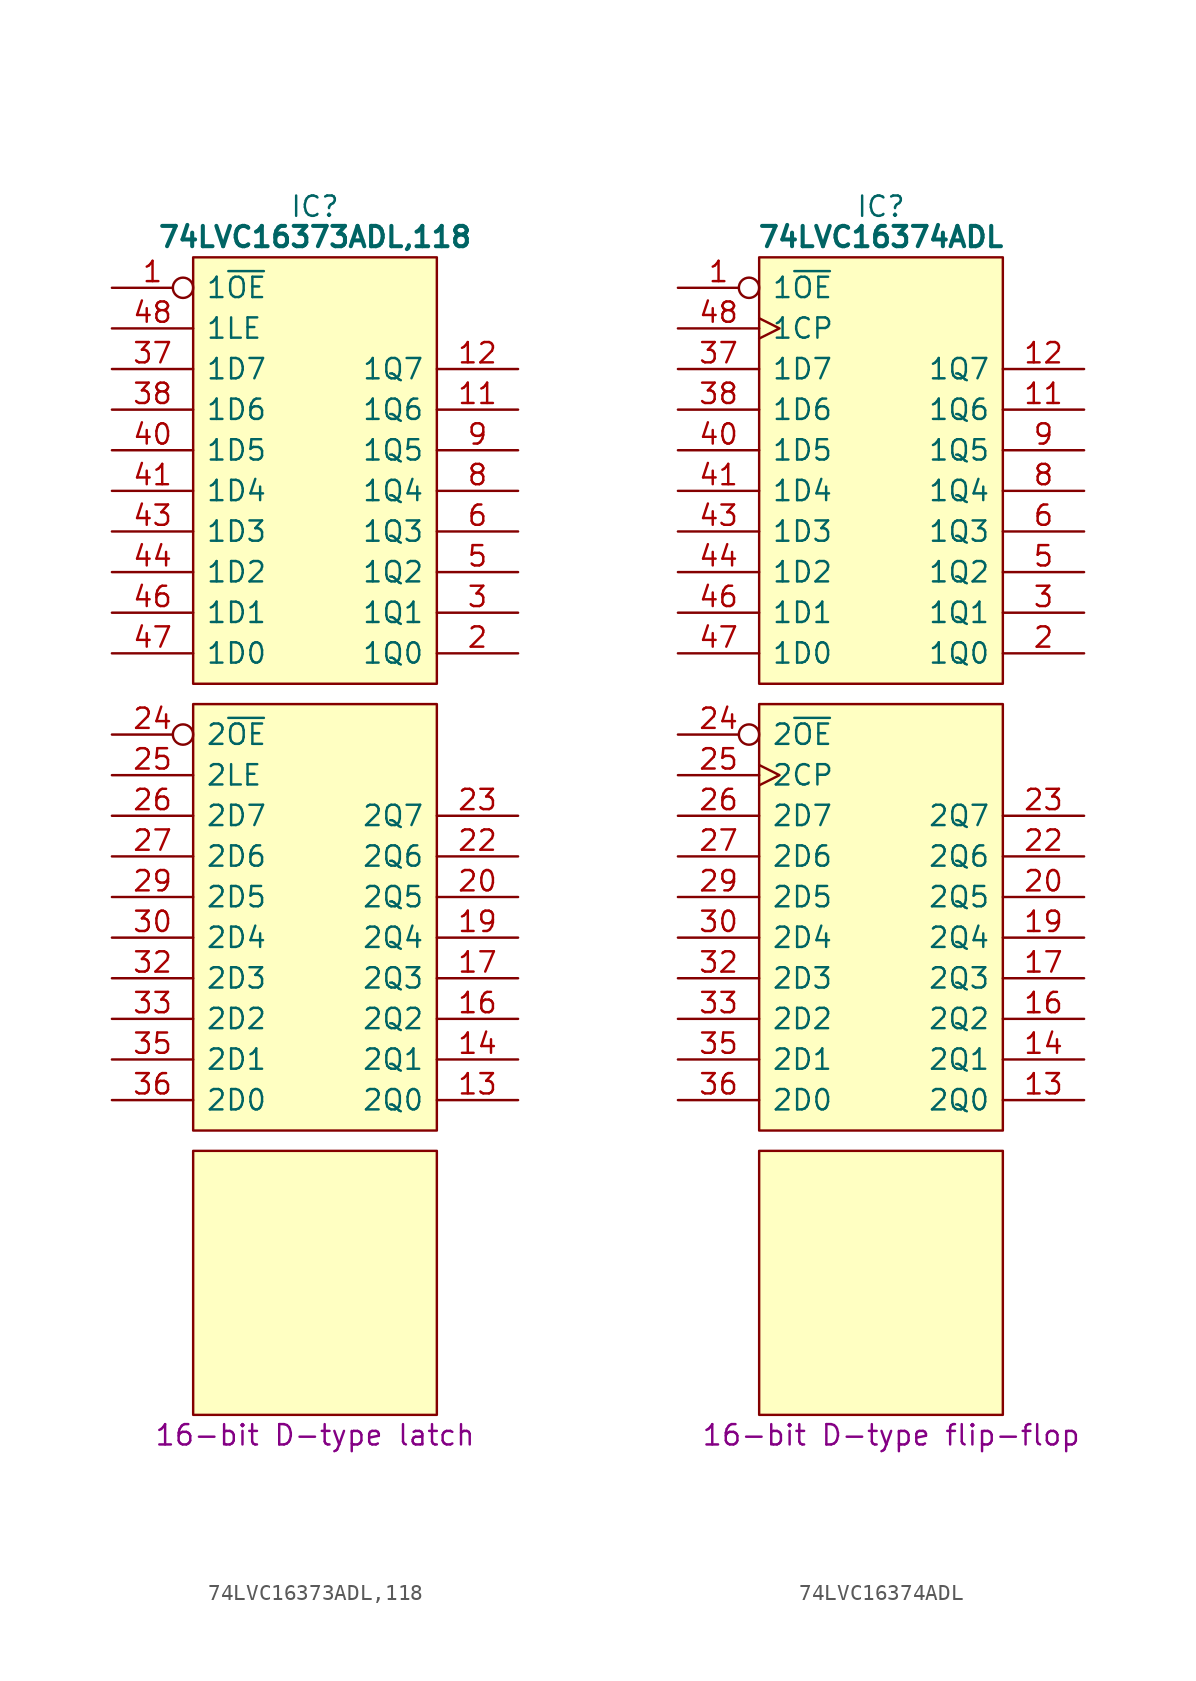
<source format=kicad_sym>
(kicad_symbol_lib
  (version 20231120)
  (generator "kicad_symbol_editor")
  (generator_version "8.0")
  (symbol "74LVC16373ADL,118"
    (pin_names
      (offset 0.762))
    (property "Reference" "IC"
      (at 12.7 5.08 0)
      (effects (font (size 1.27 1.27))))
    (property "Value" "74LVC16373ADL,118"
      (at 12.7 3.175 0)
      (effects (font (size 1.27 1.27) (bold yes))))
    (property "Description" "16-bit D-type latch"
      (at 12.7 -71.755 0)
      (effects (font (size 1.27 1.27))))
    (symbol "74LVC16373ADL,118_0_0"
      (pin input inverted (at 0 0 0) (length 5.08) (name "1~{OE}" (effects (font (size 1.27 1.27)))) (number "1" (effects (font (size 1.27 1.27)))))
      (pin tri_state line (at 25.4 -7.62 180) (length 5.08) (name "1Q6" (effects (font (size 1.27 1.27)))) (number "11" (effects (font (size 1.27 1.27)))))
      (pin tri_state line (at 25.4 -5.08 180) (length 5.08) (name "1Q7" (effects (font (size 1.27 1.27)))) (number "12" (effects (font (size 1.27 1.27)))))
      (pin tri_state line (at 25.4 -50.8 180) (length 5.08) (name "2Q0" (effects (font (size 1.27 1.27)))) (number "13" (effects (font (size 1.27 1.27)))))
      (pin tri_state line (at 25.4 -48.26 180) (length 5.08) (name "2Q1" (effects (font (size 1.27 1.27)))) (number "14" (effects (font (size 1.27 1.27)))))
      (pin tri_state line (at 25.4 -45.72 180) (length 5.08) (name "2Q2" (effects (font (size 1.27 1.27)))) (number "16" (effects (font (size 1.27 1.27)))))
      (pin tri_state line (at 25.4 -43.18 180) (length 5.08) (name "2Q3" (effects (font (size 1.27 1.27)))) (number "17" (effects (font (size 1.27 1.27)))))
      (pin tri_state line (at 25.4 -40.64 180) (length 5.08) (name "2Q4" (effects (font (size 1.27 1.27)))) (number "19" (effects (font (size 1.27 1.27)))))
      (pin tri_state line (at 25.4 -22.86 180) (length 5.08) (name "1Q0" (effects (font (size 1.27 1.27)))) (number "2" (effects (font (size 1.27 1.27)))))
      (pin tri_state line (at 25.4 -38.1 180) (length 5.08) (name "2Q5" (effects (font (size 1.27 1.27)))) (number "20" (effects (font (size 1.27 1.27)))))
      (pin tri_state line (at 25.4 -35.56 180) (length 5.08) (name "2Q6" (effects (font (size 1.27 1.27)))) (number "22" (effects (font (size 1.27 1.27)))))
      (pin tri_state line (at 25.4 -33.02 180) (length 5.08) (name "2Q7" (effects (font (size 1.27 1.27)))) (number "23" (effects (font (size 1.27 1.27)))))
      (pin input inverted (at 0 -27.94 0) (length 5.08) (name "2~{OE}" (effects (font (size 1.27 1.27)))) (number "24" (effects (font (size 1.27 1.27)))))
      (pin input line (at 0 -30.48 0) (length 5.08) (name "2LE" (effects (font (size 1.27 1.27)))) (number "25" (effects (font (size 1.27 1.27)))))
      (pin input line (at 0 -33.02 0) (length 5.08) (name "2D7" (effects (font (size 1.27 1.27)))) (number "26" (effects (font (size 1.27 1.27)))))
      (pin input line (at 0 -35.56 0) (length 5.08) (name "2D6" (effects (font (size 1.27 1.27)))) (number "27" (effects (font (size 1.27 1.27)))))
      (pin input line (at 0 -38.1 0) (length 5.08) (name "2D5" (effects (font (size 1.27 1.27)))) (number "29" (effects (font (size 1.27 1.27)))))
      (pin tri_state line (at 25.4 -20.32 180) (length 5.08) (name "1Q1" (effects (font (size 1.27 1.27)))) (number "3" (effects (font (size 1.27 1.27)))))
      (pin input line (at 0 -40.64 0) (length 5.08) (name "2D4" (effects (font (size 1.27 1.27)))) (number "30" (effects (font (size 1.27 1.27)))))
      (pin input line (at 0 -43.18 0) (length 5.08) (name "2D3" (effects (font (size 1.27 1.27)))) (number "32" (effects (font (size 1.27 1.27)))))
      (pin input line (at 0 -45.72 0) (length 5.08) (name "2D2" (effects (font (size 1.27 1.27)))) (number "33" (effects (font (size 1.27 1.27)))))
      (pin input line (at 0 -48.26 0) (length 5.08) (name "2D1" (effects (font (size 1.27 1.27)))) (number "35" (effects (font (size 1.27 1.27)))))
      (pin input line (at 0 -50.8 0) (length 5.08) (name "2D0" (effects (font (size 1.27 1.27)))) (number "36" (effects (font (size 1.27 1.27)))))
      (pin input line (at 0 -5.08 0) (length 5.08) (name "1D7" (effects (font (size 1.27 1.27)))) (number "37" (effects (font (size 1.27 1.27)))))
      (pin input line (at 0 -10.16 0) (length 5.08) (name "1D5" (effects (font (size 1.27 1.27)))) (number "40" (effects (font (size 1.27 1.27)))))
      (pin input line (at 0 -12.7 0) (length 5.08) (name "1D4" (effects (font (size 1.27 1.27)))) (number "41" (effects (font (size 1.27 1.27)))))
      (pin input line (at 0 -15.24 0) (length 5.08) (name "1D3" (effects (font (size 1.27 1.27)))) (number "43" (effects (font (size 1.27 1.27)))))
      (pin input line (at 0 -17.78 0) (length 5.08) (name "1D2" (effects (font (size 1.27 1.27)))) (number "44" (effects (font (size 1.27 1.27)))))
      (pin input line (at 0 -20.32 0) (length 5.08) (name "1D1" (effects (font (size 1.27 1.27)))) (number "46" (effects (font (size 1.27 1.27)))))
      (pin input line (at 0 -22.86 0) (length 5.08) (name "1D0" (effects (font (size 1.27 1.27)))) (number "47" (effects (font (size 1.27 1.27)))))
      (pin input line (at 0 -2.54 0) (length 5.08) (name "1LE" (effects (font (size 1.27 1.27)))) (number "48" (effects (font (size 1.27 1.27)))))
      (pin tri_state line (at 25.4 -17.78 180) (length 5.08) (name "1Q2" (effects (font (size 1.27 1.27)))) (number "5" (effects (font (size 1.27 1.27)))))
      (pin tri_state line (at 25.4 -15.24 180) (length 5.08) (name "1Q3" (effects (font (size 1.27 1.27)))) (number "6" (effects (font (size 1.27 1.27)))))
      (pin tri_state line (at 25.4 -12.7 180) (length 5.08) (name "1Q4" (effects (font (size 1.27 1.27)))) (number "8" (effects (font (size 1.27 1.27)))))
      (pin tri_state line (at 25.4 -10.16 180) (length 5.08) (name "1Q5" (effects (font (size 1.27 1.27)))) (number "9" (effects (font (size 1.27 1.27))))))
    (symbol "74LVC16373ADL,118_0_1"
      (polyline (pts (xy 5.08 -53.975) (xy 20.32 -53.975) (xy 20.32 -70.485) (xy 5.08 -70.485) (xy 5.08 -53.975)) (stroke (width 0.152) (type default)) (fill (type background)))
      (polyline (pts (xy 5.08 -26.035) (xy 20.32 -26.035) (xy 20.32 -52.705) (xy 5.08 -52.705) (xy 5.08 -26.035)) (stroke (width 0.152) (type default)) (fill (type background)))
      (polyline (pts (xy 5.08 1.905) (xy 20.32 1.905) (xy 20.32 -24.765) (xy 5.08 -24.765) (xy 5.08 1.905)) (stroke (width 0.152) (type default)) (fill (type background))))
    (symbol "74LVC16373ADL,118_1_0"
      (pin passive line (at 0 -63.5 0) (length 5.08) hide (name "GND" (effects (font (size 1.27 1.27)))) (number "10" (effects (font (size 1.27 1.27)))))
      (pin passive line (at 0 -66.04 0) (length 5.08) hide (name "GND" (effects (font (size 1.27 1.27)))) (number "15" (effects (font (size 1.27 1.27)))))
      (pin passive line (at 0 -58.42 0) (length 5.08) hide (name "3V" (effects (font (size 1.27 1.27)))) (number "18" (effects (font (size 1.27 1.27)))))
      (pin passive line (at 0 -68.58 0) (length 5.08) hide (name "GND" (effects (font (size 1.27 1.27)))) (number "21" (effects (font (size 1.27 1.27)))))
      (pin passive line (at 25.4 -68.58 180) (length 5.08) hide (name "GND" (effects (font (size 1.27 1.27)))) (number "28" (effects (font (size 1.27 1.27)))))
      (pin passive line (at 25.4 -58.42 180) (length 5.08) hide (name "3V" (effects (font (size 1.27 1.27)))) (number "31" (effects (font (size 1.27 1.27)))))
      (pin passive line (at 25.4 -66.04 180) (length 5.08) hide (name "GND" (effects (font (size 1.27 1.27)))) (number "34" (effects (font (size 1.27 1.27)))))
      (pin input line (at 0 -7.62 0) (length 5.08) (name "1D6" (effects (font (size 1.27 1.27)))) (number "38" (effects (font (size 1.27 1.27)))))
      (pin passive line (at 25.4 -63.5 180) (length 5.08) hide (name "GND" (effects (font (size 1.27 1.27)))) (number "39" (effects (font (size 1.27 1.27)))))
      (pin passive line (at 0 -60.96 0) (length 5.08) hide (name "GND" (effects (font (size 1.27 1.27)))) (number "4" (effects (font (size 1.27 1.27)))))
      (pin passive line (at 25.4 -55.88 180) (length 5.08) hide (name "3V" (effects (font (size 1.27 1.27)))) (number "42" (effects (font (size 1.27 1.27)))))
      (pin passive line (at 25.4 -60.96 180) (length 5.08) hide (name "GND" (effects (font (size 1.27 1.27)))) (number "45" (effects (font (size 1.27 1.27)))))
      (pin passive line (at 0 -55.88 0) (length 5.08) hide (name "3V" (effects (font (size 1.27 1.27)))) (number "7" (effects (font (size 1.27 1.27)))))))
  (symbol "74LVC16374ADL"
    (pin_names
      (offset 0.762))
    (property "Reference" "IC"
      (at 13.335 5.08 0)
      (effects (font (size 1.27 1.27))))
    (property "Value" "74LVC16374ADL"
      (at 13.335 3.175 0)
      (effects (font (size 1.27 1.27) (bold yes))))
    (property "Description" "16-bit D-type flip-flop"
      (at 13.97 -71.755 0)
      (effects (font (size 1.27 1.27))))
    (symbol "74LVC16374ADL_0_0"
      (pin input inverted (at 0.635 0 0) (length 5.08) (name "1~{OE}" (effects (font (size 1.27 1.27)))) (number "1" (effects (font (size 1.27 1.27)))))
      (pin tri_state line (at 26.035 -7.62 180) (length 5.08) (name "1Q6" (effects (font (size 1.27 1.27)))) (number "11" (effects (font (size 1.27 1.27)))))
      (pin tri_state line (at 26.035 -5.08 180) (length 5.08) (name "1Q7" (effects (font (size 1.27 1.27)))) (number "12" (effects (font (size 1.27 1.27)))))
      (pin tri_state line (at 26.035 -50.8 180) (length 5.08) (name "2Q0" (effects (font (size 1.27 1.27)))) (number "13" (effects (font (size 1.27 1.27)))))
      (pin tri_state line (at 26.035 -48.26 180) (length 5.08) (name "2Q1" (effects (font (size 1.27 1.27)))) (number "14" (effects (font (size 1.27 1.27)))))
      (pin tri_state line (at 26.035 -45.72 180) (length 5.08) (name "2Q2" (effects (font (size 1.27 1.27)))) (number "16" (effects (font (size 1.27 1.27)))))
      (pin tri_state line (at 26.035 -43.18 180) (length 5.08) (name "2Q3" (effects (font (size 1.27 1.27)))) (number "17" (effects (font (size 1.27 1.27)))))
      (pin tri_state line (at 26.035 -40.64 180) (length 5.08) (name "2Q4" (effects (font (size 1.27 1.27)))) (number "19" (effects (font (size 1.27 1.27)))))
      (pin tri_state line (at 26.035 -22.86 180) (length 5.08) (name "1Q0" (effects (font (size 1.27 1.27)))) (number "2" (effects (font (size 1.27 1.27)))))
      (pin tri_state line (at 26.035 -38.1 180) (length 5.08) (name "2Q5" (effects (font (size 1.27 1.27)))) (number "20" (effects (font (size 1.27 1.27)))))
      (pin tri_state line (at 26.035 -33.02 180) (length 5.08) (name "2Q7" (effects (font (size 1.27 1.27)))) (number "23" (effects (font (size 1.27 1.27)))))
      (pin input inverted (at 0.635 -27.94 0) (length 5.08) (name "2~{OE}" (effects (font (size 1.27 1.27)))) (number "24" (effects (font (size 1.27 1.27)))))
      (pin input line (at 0.635 -33.02 0) (length 5.08) (name "2D7" (effects (font (size 1.27 1.27)))) (number "26" (effects (font (size 1.27 1.27)))))
      (pin input line (at 0.635 -35.56 0) (length 5.08) (name "2D6" (effects (font (size 1.27 1.27)))) (number "27" (effects (font (size 1.27 1.27)))))
      (pin input line (at 0.635 -38.1 0) (length 5.08) (name "2D5" (effects (font (size 1.27 1.27)))) (number "29" (effects (font (size 1.27 1.27)))))
      (pin tri_state line (at 26.035 -20.32 180) (length 5.08) (name "1Q1" (effects (font (size 1.27 1.27)))) (number "3" (effects (font (size 1.27 1.27)))))
      (pin input line (at 0.635 -40.64 0) (length 5.08) (name "2D4" (effects (font (size 1.27 1.27)))) (number "30" (effects (font (size 1.27 1.27)))))
      (pin input line (at 0.635 -43.18 0) (length 5.08) (name "2D3" (effects (font (size 1.27 1.27)))) (number "32" (effects (font (size 1.27 1.27)))))
      (pin input line (at 0.635 -45.72 0) (length 5.08) (name "2D2" (effects (font (size 1.27 1.27)))) (number "33" (effects (font (size 1.27 1.27)))))
      (pin input line (at 0.635 -48.26 0) (length 5.08) (name "2D1" (effects (font (size 1.27 1.27)))) (number "35" (effects (font (size 1.27 1.27)))))
      (pin input line (at 0.635 -50.8 0) (length 5.08) (name "2D0" (effects (font (size 1.27 1.27)))) (number "36" (effects (font (size 1.27 1.27)))))
      (pin input line (at 0.635 -5.08 0) (length 5.08) (name "1D7" (effects (font (size 1.27 1.27)))) (number "37" (effects (font (size 1.27 1.27)))))
      (pin input line (at 0.635 -10.16 0) (length 5.08) (name "1D5" (effects (font (size 1.27 1.27)))) (number "40" (effects (font (size 1.27 1.27)))))
      (pin input line (at 0.635 -12.7 0) (length 5.08) (name "1D4" (effects (font (size 1.27 1.27)))) (number "41" (effects (font (size 1.27 1.27)))))
      (pin input line (at 0.635 -15.24 0) (length 5.08) (name "1D3" (effects (font (size 1.27 1.27)))) (number "43" (effects (font (size 1.27 1.27)))))
      (pin input line (at 0.635 -17.78 0) (length 5.08) (name "1D2" (effects (font (size 1.27 1.27)))) (number "44" (effects (font (size 1.27 1.27)))))
      (pin input line (at 0.635 -20.32 0) (length 5.08) (name "1D1" (effects (font (size 1.27 1.27)))) (number "46" (effects (font (size 1.27 1.27)))))
      (pin input line (at 0.635 -22.86 0) (length 5.08) (name "1D0" (effects (font (size 1.27 1.27)))) (number "47" (effects (font (size 1.27 1.27)))))
      (pin tri_state line (at 26.035 -17.78 180) (length 5.08) (name "1Q2" (effects (font (size 1.27 1.27)))) (number "5" (effects (font (size 1.27 1.27)))))
      (pin tri_state line (at 26.035 -15.24 180) (length 5.08) (name "1Q3" (effects (font (size 1.27 1.27)))) (number "6" (effects (font (size 1.27 1.27)))))
      (pin tri_state line (at 26.035 -12.7 180) (length 5.08) (name "1Q4" (effects (font (size 1.27 1.27)))) (number "8" (effects (font (size 1.27 1.27)))))
      (pin tri_state line (at 26.035 -10.16 180) (length 5.08) (name "1Q5" (effects (font (size 1.27 1.27)))) (number "9" (effects (font (size 1.27 1.27))))))
    (symbol "74LVC16374ADL_0_1"
      (polyline (pts (xy 5.715 -53.975) (xy 20.955 -53.975) (xy 20.955 -70.485) (xy 5.715 -70.485) (xy 5.715 -53.975)) (stroke (width 0.152) (type default)) (fill (type background)))
      (polyline (pts (xy 5.715 -26.035) (xy 20.955 -26.035) (xy 20.955 -52.705) (xy 5.715 -52.705) (xy 5.715 -26.035)) (stroke (width 0.152) (type default)) (fill (type background)))
      (polyline (pts (xy 5.715 1.905) (xy 20.955 1.905) (xy 20.955 -24.765) (xy 5.715 -24.765) (xy 5.715 1.905)) (stroke (width 0.152) (type default)) (fill (type background))))
    (symbol "74LVC16374ADL_1_0"
      (pin passive line (at 0.635 -63.5 0) (length 5.08) hide (name "GND" (effects (font (size 1.27 1.27)))) (number "10" (effects (font (size 1.27 1.27)))))
      (pin passive line (at 0.635 -66.04 0) (length 5.08) hide (name "GND" (effects (font (size 1.27 1.27)))) (number "15" (effects (font (size 1.27 1.27)))))
      (pin passive line (at 0.635 -58.42 0) (length 5.08) hide (name "3V" (effects (font (size 1.27 1.27)))) (number "18" (effects (font (size 1.27 1.27)))))
      (pin passive line (at 0.635 -68.58 0) (length 5.08) hide (name "GND" (effects (font (size 1.27 1.27)))) (number "21" (effects (font (size 1.27 1.27)))))
      (pin tri_state line (at 26.035 -35.56 180) (length 5.08) (name "2Q6" (effects (font (size 1.27 1.27)))) (number "22" (effects (font (size 1.27 1.27)))))
      (pin input clock (at 0.635 -30.48 0) (length 5.08) (name "2CP" (effects (font (size 1.27 1.27)))) (number "25" (effects (font (size 1.27 1.27)))))
      (pin passive line (at 26.035 -68.58 180) (length 5.08) hide (name "GND" (effects (font (size 1.27 1.27)))) (number "28" (effects (font (size 1.27 1.27)))))
      (pin passive line (at 26.035 -58.42 180) (length 5.08) hide (name "3V" (effects (font (size 1.27 1.27)))) (number "31" (effects (font (size 1.27 1.27)))))
      (pin passive line (at 26.035 -66.04 180) (length 5.08) hide (name "GND" (effects (font (size 1.27 1.27)))) (number "34" (effects (font (size 1.27 1.27)))))
      (pin input line (at 0.635 -7.62 0) (length 5.08) (name "1D6" (effects (font (size 1.27 1.27)))) (number "38" (effects (font (size 1.27 1.27)))))
      (pin passive line (at 26.035 -63.5 180) (length 5.08) hide (name "GND" (effects (font (size 1.27 1.27)))) (number "39" (effects (font (size 1.27 1.27)))))
      (pin passive line (at 0.635 -60.96 0) (length 5.08) hide (name "GND" (effects (font (size 1.27 1.27)))) (number "4" (effects (font (size 1.27 1.27)))))
      (pin passive line (at 26.035 -55.88 180) (length 5.08) hide (name "3V" (effects (font (size 1.27 1.27)))) (number "42" (effects (font (size 1.27 1.27)))))
      (pin passive line (at 26.035 -60.96 180) (length 5.08) hide (name "GND" (effects (font (size 1.27 1.27)))) (number "45" (effects (font (size 1.27 1.27)))))
      (pin input clock (at 0.635 -2.54 0) (length 5.08) (name "1CP" (effects (font (size 1.27 1.27)))) (number "48" (effects (font (size 1.27 1.27)))))
      (pin passive line (at 0.635 -55.88 0) (length 5.08) hide (name "3V" (effects (font (size 1.27 1.27)))) (number "7" (effects (font (size 1.27 1.27))))))))
</source>
